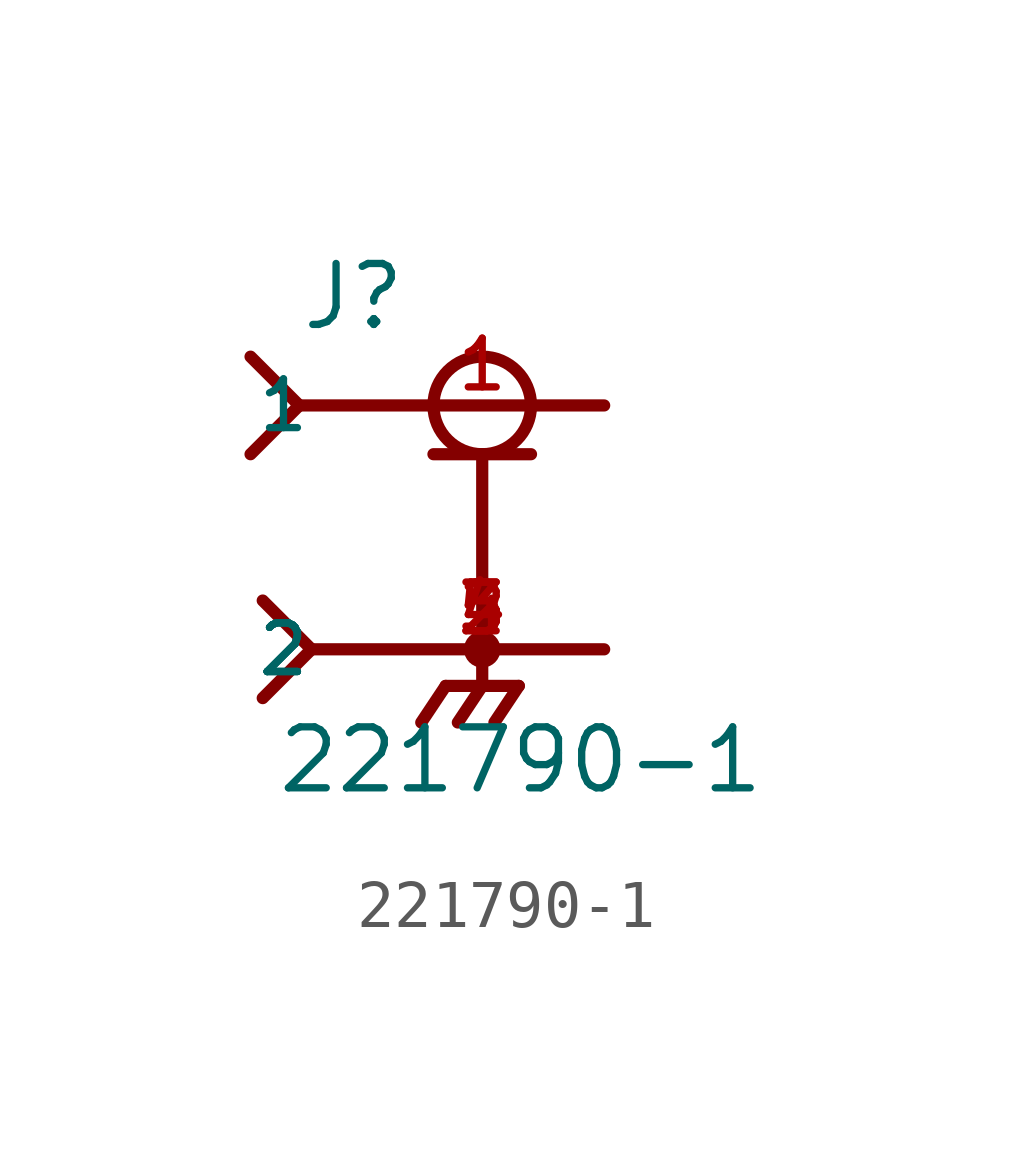
<source format=kicad_sym>
(kicad_symbol_lib
  (version 20211014)
  (generator kicad_symbol_editor)
  (symbol "221790-1"
    (pin_names
      (offset 1.016))
    (property "Reference" "J"
      (at -3.81 4.064 0)
      (effects (font (size 1.27 1.27)) (justify left bottom)))
    (property "Value" "221790-1"
      (at -4.318 -5.588 0)
      (effects (font (size 1.27 1.27)) (justify left bottom)))
    (property "ki_locked" ""
      (at 0 0 0)
      (effects (font (size 1.27 1.27))))
    (symbol "221790-1_0_0"
      (circle (center 0 -2.54) (radius 0.254) (stroke (width 0.254) (type default) (color 0 0 0 0)) (fill (type none)))
      (polyline (pts (xy -4.826 1.524) (xy -3.81 2.54)) (stroke (width 0.254) (type default) (color 0 0 0 0)) (fill (type none)))
      (polyline (pts (xy -4.826 3.556) (xy -3.81 2.54)) (stroke (width 0.254) (type default) (color 0 0 0 0)) (fill (type none)))
      (polyline (pts (xy -4.572 -3.556) (xy -3.556 -2.54)) (stroke (width 0.254) (type default) (color 0 0 0 0)) (fill (type none)))
      (polyline (pts (xy -4.572 -1.524) (xy -3.556 -2.54)) (stroke (width 0.254) (type default) (color 0 0 0 0)) (fill (type none)))
      (polyline (pts (xy -3.81 2.54) (xy 2.54 2.54)) (stroke (width 0.254) (type default) (color 0 0 0 0)) (fill (type none)))
      (polyline (pts (xy -1.016 1.524) (xy 0 1.524)) (stroke (width 0.254) (type default) (color 0 0 0 0)) (fill (type none)))
      (polyline (pts (xy -0.762 -3.302) (xy -1.27 -4.064)) (stroke (width 0.254) (type default) (color 0 0 0 0)) (fill (type none)))
      (polyline (pts (xy 0 -3.302) (xy -0.762 -3.302)) (stroke (width 0.254) (type default) (color 0 0 0 0)) (fill (type none)))
      (polyline (pts (xy 0 -3.302) (xy -0.508 -4.064)) (stroke (width 0.254) (type default) (color 0 0 0 0)) (fill (type none)))
      (polyline (pts (xy 0 -3.302) (xy 0.762 -3.302)) (stroke (width 0.254) (type default) (color 0 0 0 0)) (fill (type none)))
      (polyline (pts (xy 0 -2.54) (xy -3.556 -2.54)) (stroke (width 0.254) (type default) (color 0 0 0 0)) (fill (type none)))
      (polyline (pts (xy 0 -2.54) (xy 0 -3.302)) (stroke (width 0.254) (type default) (color 0 0 0 0)) (fill (type none)))
      (polyline (pts (xy 0 1.524) (xy 0 -2.54)) (stroke (width 0.254) (type default) (color 0 0 0 0)) (fill (type none)))
      (polyline (pts (xy 0 1.524) (xy 1.016 1.524)) (stroke (width 0.254) (type default) (color 0 0 0 0)) (fill (type none)))
      (polyline (pts (xy 0.762 -3.302) (xy 0.254 -4.064)) (stroke (width 0.254) (type default) (color 0 0 0 0)) (fill (type none)))
      (polyline (pts (xy 2.54 -2.54) (xy 0 -2.54)) (stroke (width 0.254) (type default) (color 0 0 0 0)) (fill (type none)))
      (circle (center 0 2.54) (radius 1.016) (stroke (width 0.254) (type default) (color 0 0 0 0)) (fill (type none)))
      (pin passive line (at 2.54 2.54 180) (length 5.08) (name "1" (effects (font (size 1.016 1.016)))) (number "1" (effects (font (size 1.016 1.016)))))
      (pin passive line (at 2.54 -2.54 180) (length 5.08) (name "2" (effects (font (size 1.016 1.016)))) (number "2" (effects (font (size 1.016 1.016)))))
      (pin passive line (at 2.54 -2.54 180) (length 5.08) (name "2" (effects (font (size 1.016 1.016)))) (number "3" (effects (font (size 1.016 1.016)))))
      (pin passive line (at 2.54 -2.54 180) (length 5.08) (name "2" (effects (font (size 1.016 1.016)))) (number "4" (effects (font (size 1.016 1.016)))))
      (pin passive line (at 2.54 -2.54 180) (length 5.08) (name "2" (effects (font (size 1.016 1.016)))) (number "5" (effects (font (size 1.016 1.016))))))))
</source>
